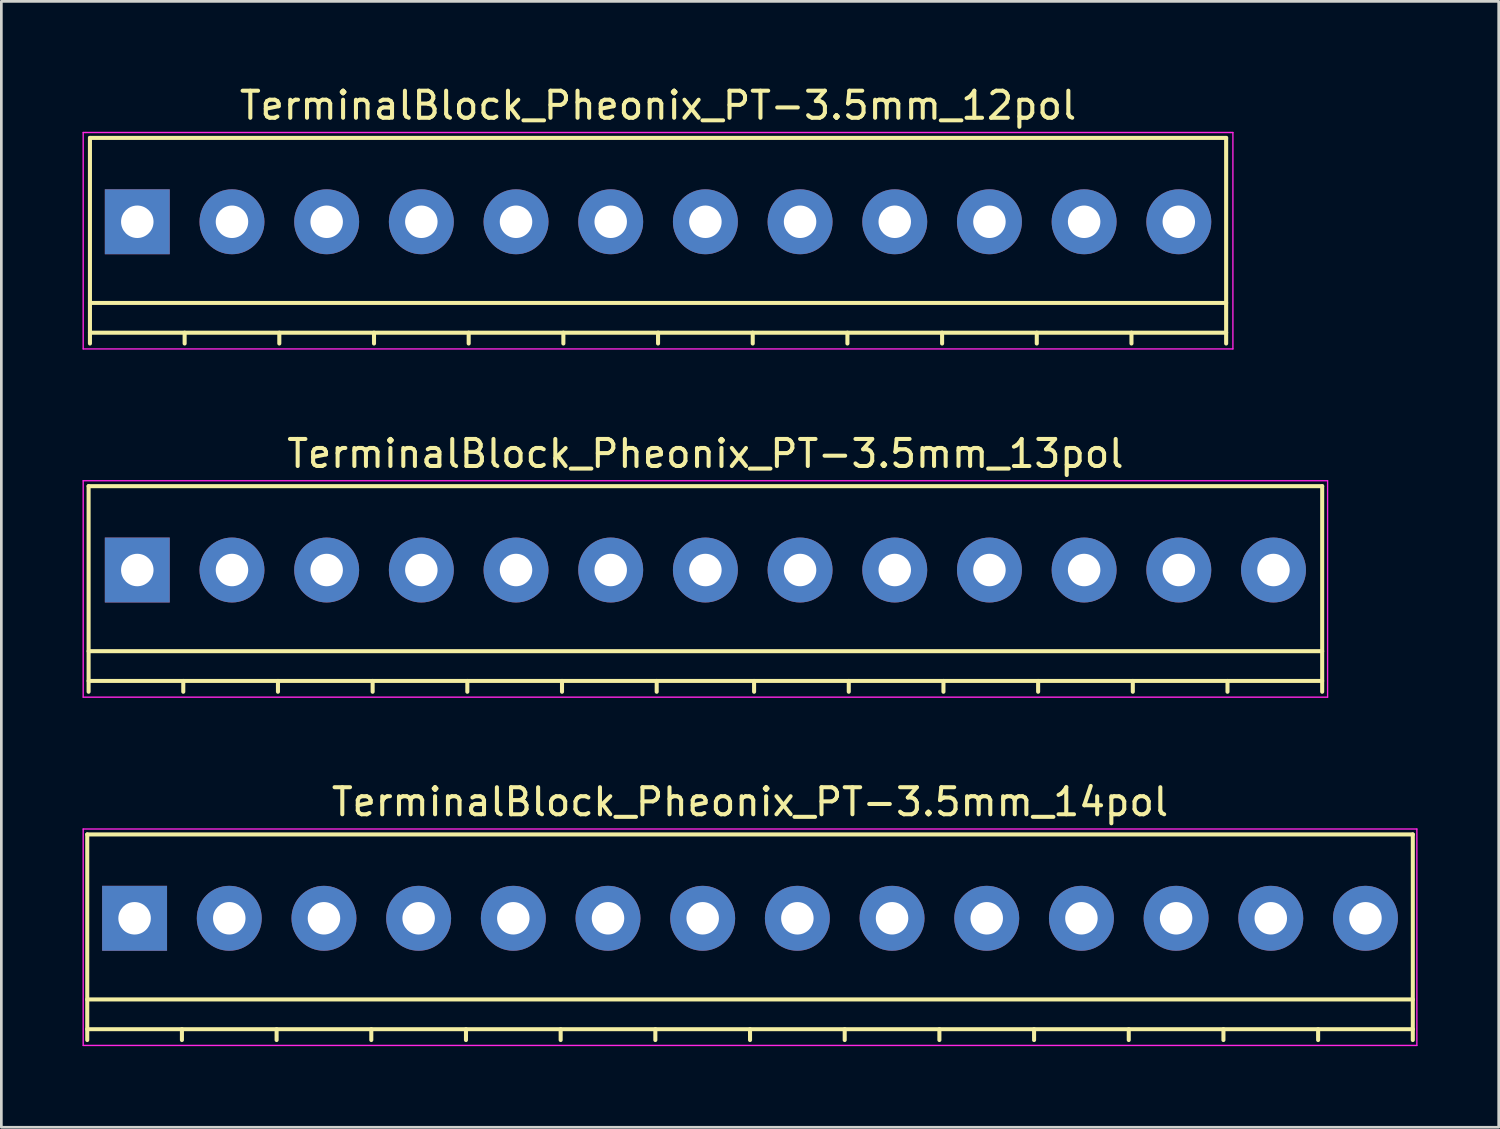
<source format=kicad_pcb>
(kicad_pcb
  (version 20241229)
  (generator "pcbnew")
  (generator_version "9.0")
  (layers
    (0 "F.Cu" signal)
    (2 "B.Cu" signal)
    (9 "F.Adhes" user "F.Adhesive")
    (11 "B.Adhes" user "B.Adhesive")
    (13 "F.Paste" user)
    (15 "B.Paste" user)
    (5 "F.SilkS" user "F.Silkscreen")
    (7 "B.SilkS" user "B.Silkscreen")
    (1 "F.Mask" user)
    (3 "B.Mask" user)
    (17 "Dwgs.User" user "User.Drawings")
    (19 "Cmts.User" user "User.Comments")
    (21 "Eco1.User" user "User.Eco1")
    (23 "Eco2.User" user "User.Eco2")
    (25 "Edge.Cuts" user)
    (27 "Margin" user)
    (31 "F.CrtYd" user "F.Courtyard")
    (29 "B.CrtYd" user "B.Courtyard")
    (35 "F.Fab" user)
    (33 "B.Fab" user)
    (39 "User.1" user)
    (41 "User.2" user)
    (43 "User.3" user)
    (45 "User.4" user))
  (footprint "TerminalBlock_Pheonix_PT-3.5mm_12pol"
    (layer "F.Cu")
    (at 2.025 5.148)
    (property "Reference" "TerminalBlock_Pheonix_PT-3.5mm_12pol" (at 19.25 -4.3 0) (layer "F.SilkS") (effects (font (size 1 1) (thickness 0.15))))
    (attr through_hole)
    (fp_line (start -1.75 -3.1) (end -1.75 4.5) (stroke (width 0.15) (type solid)) (layer "F.SilkS"))
    (fp_line (start -1.75 3) (end 40.25 3) (stroke (width 0.15) (type solid)) (layer "F.SilkS"))
    (fp_line (start -1.75 4.1) (end 40.25 4.1) (stroke (width 0.15) (type solid)) (layer "F.SilkS"))
    (fp_line (start 1.75 4.1) (end 1.75 4.5) (stroke (width 0.15) (type solid)) (layer "F.SilkS"))
    (fp_line (start 5.25 4.1) (end 5.25 4.5) (stroke (width 0.15) (type solid)) (layer "F.SilkS"))
    (fp_line (start 8.75 4.1) (end 8.75 4.5) (stroke (width 0.15) (type solid)) (layer "F.SilkS"))
    (fp_line (start 12.25 4.1) (end 12.25 4.5) (stroke (width 0.15) (type solid)) (layer "F.SilkS"))
    (fp_line (start 15.75 4.1) (end 15.75 4.5) (stroke (width 0.15) (type solid)) (layer "F.SilkS"))
    (fp_line (start 19.25 4.1) (end 19.25 4.5) (stroke (width 0.15) (type solid)) (layer "F.SilkS"))
    (fp_line (start 22.75 4.1) (end 22.75 4.5) (stroke (width 0.15) (type solid)) (layer "F.SilkS"))
    (fp_line (start 26.25 4.1) (end 26.25 4.5) (stroke (width 0.15) (type solid)) (layer "F.SilkS"))
    (fp_line (start 29.75 4.1) (end 29.75 4.5) (stroke (width 0.15) (type solid)) (layer "F.SilkS"))
    (fp_line (start 33.25 4.1) (end 33.25 4.5) (stroke (width 0.15) (type solid)) (layer "F.SilkS"))
    (fp_line (start 36.75 4.1) (end 36.75 4.5) (stroke (width 0.15) (type solid)) (layer "F.SilkS"))
    (fp_line (start 40.25 -3.1) (end -1.75 -3.1) (stroke (width 0.15) (type solid)) (layer "F.SilkS"))
    (fp_line (start 40.25 4.5) (end 40.25 -3.1) (stroke (width 0.15) (type solid)) (layer "F.SilkS"))
    (fp_line (start -2 -3.3) (end -1.9 -3.3) (stroke (width 0.05) (type solid)) (layer "F.CrtYd"))
    (fp_line (start -2 4.7) (end -2 -3.3) (stroke (width 0.05) (type solid)) (layer "F.CrtYd"))
    (fp_line (start -1.9 -3.3) (end 40.4 -3.3) (stroke (width 0.05) (type solid)) (layer "F.CrtYd"))
    (fp_line (start 40.4 -3.3) (end 40.5 -3.3) (stroke (width 0.05) (type solid)) (layer "F.CrtYd"))
    (fp_line (start 40.5 -3.3) (end 40.5 4.7) (stroke (width 0.05) (type solid)) (layer "F.CrtYd"))
    (fp_line (start 40.5 4.7) (end -2 4.7) (stroke (width 0.05) (type solid)) (layer "F.CrtYd"))
    (pad "1" thru_hole rect (at 0 0 180) (size 2.4 2.4) (drill 1.2) (layers "*.Cu" "*.Mask"))
    (pad "2" thru_hole circle (at 3.5 0 180) (size 2.4 2.4) (drill 1.2) (layers "*.Cu" "*.Mask"))
    (pad "3" thru_hole circle (at 7 0 180) (size 2.4 2.4) (drill 1.2) (layers "*.Cu" "*.Mask"))
    (pad "4" thru_hole circle (at 10.5 0 180) (size 2.4 2.4) (drill 1.2) (layers "*.Cu" "*.Mask"))
    (pad "5" thru_hole circle (at 14 0 180) (size 2.4 2.4) (drill 1.2) (layers "*.Cu" "*.Mask"))
    (pad "6" thru_hole circle (at 17.5 0 180) (size 2.4 2.4) (drill 1.2) (layers "*.Cu" "*.Mask"))
    (pad "7" thru_hole circle (at 21 0 180) (size 2.4 2.4) (drill 1.2) (layers "*.Cu" "*.Mask"))
    (pad "8" thru_hole circle (at 24.5 0 180) (size 2.4 2.4) (drill 1.2) (layers "*.Cu" "*.Mask"))
    (pad "9" thru_hole circle (at 28 0 180) (size 2.4 2.4) (drill 1.2) (layers "*.Cu" "*.Mask"))
    (pad "10" thru_hole circle (at 31.5 0 180) (size 2.4 2.4) (drill 1.2) (layers "*.Cu" "*.Mask"))
    (pad "11" thru_hole circle (at 35 0 180) (size 2.4 2.4) (drill 1.2) (layers "*.Cu" "*.Mask"))
    (pad "12" thru_hole circle (at 38.5 0 180) (size 2.4 2.4) (drill 1.2) (layers "*.Cu" "*.Mask")))
  (footprint "TerminalBlock_Pheonix_PT-3.5mm_14pol"
    (layer "F.Cu")
    (at 1.925 30.895)
    (property "Reference" "TerminalBlock_Pheonix_PT-3.5mm_14pol" (at 22.75 -4.3 0) (layer "F.SilkS") (effects (font (size 1 1) (thickness 0.15))))
    (attr through_hole)
    (fp_line (start -1.75 -3.1) (end -1.75 4.5) (stroke (width 0.15) (type solid)) (layer "F.SilkS"))
    (fp_line (start -1.75 3) (end 47.25 3) (stroke (width 0.15) (type solid)) (layer "F.SilkS"))
    (fp_line (start -1.75 4.1) (end 47.25 4.1) (stroke (width 0.15) (type solid)) (layer "F.SilkS"))
    (fp_line (start 1.75 4.1) (end 1.75 4.5) (stroke (width 0.15) (type solid)) (layer "F.SilkS"))
    (fp_line (start 5.25 4.1) (end 5.25 4.5) (stroke (width 0.15) (type solid)) (layer "F.SilkS"))
    (fp_line (start 8.75 4.1) (end 8.75 4.5) (stroke (width 0.15) (type solid)) (layer "F.SilkS"))
    (fp_line (start 12.25 4.1) (end 12.25 4.5) (stroke (width 0.15) (type solid)) (layer "F.SilkS"))
    (fp_line (start 15.75 4.1) (end 15.75 4.5) (stroke (width 0.15) (type solid)) (layer "F.SilkS"))
    (fp_line (start 19.25 4.1) (end 19.25 4.5) (stroke (width 0.15) (type solid)) (layer "F.SilkS"))
    (fp_line (start 22.75 4.1) (end 22.75 4.5) (stroke (width 0.15) (type solid)) (layer "F.SilkS"))
    (fp_line (start 26.25 4.1) (end 26.25 4.5) (stroke (width 0.15) (type solid)) (layer "F.SilkS"))
    (fp_line (start 29.75 4.1) (end 29.75 4.5) (stroke (width 0.15) (type solid)) (layer "F.SilkS"))
    (fp_line (start 33.25 4.1) (end 33.25 4.5) (stroke (width 0.15) (type solid)) (layer "F.SilkS"))
    (fp_line (start 36.75 4.1) (end 36.75 4.5) (stroke (width 0.15) (type solid)) (layer "F.SilkS"))
    (fp_line (start 40.25 4.1) (end 40.25 4.5) (stroke (width 0.15) (type solid)) (layer "F.SilkS"))
    (fp_line (start 43.75 4.1) (end 43.75 4.5) (stroke (width 0.15) (type solid)) (layer "F.SilkS"))
    (fp_line (start 47.25 -3.1) (end -1.75 -3.1) (stroke (width 0.15) (type solid)) (layer "F.SilkS"))
    (fp_line (start 47.25 4.5) (end 47.25 -3.1) (stroke (width 0.15) (type solid)) (layer "F.SilkS"))
    (fp_line (start -1.9 -3.3) (end 47.4 -3.3) (stroke (width 0.05) (type solid)) (layer "F.CrtYd"))
    (fp_line (start -1.9 4.7) (end -1.9 -3.3) (stroke (width 0.05) (type solid)) (layer "F.CrtYd"))
    (fp_line (start 47.4 -3.3) (end 47.4 4.7) (stroke (width 0.05) (type solid)) (layer "F.CrtYd"))
    (fp_line (start 47.4 4.7) (end -1.9 4.7) (stroke (width 0.05) (type solid)) (layer "F.CrtYd"))
    (pad "1" thru_hole rect (at 0 0 180) (size 2.4 2.4) (drill 1.2) (layers "*.Cu" "*.Mask"))
    (pad "2" thru_hole circle (at 3.5 0 180) (size 2.4 2.4) (drill 1.2) (layers "*.Cu" "*.Mask"))
    (pad "3" thru_hole circle (at 7 0 180) (size 2.4 2.4) (drill 1.2) (layers "*.Cu" "*.Mask"))
    (pad "4" thru_hole circle (at 10.5 0 180) (size 2.4 2.4) (drill 1.2) (layers "*.Cu" "*.Mask"))
    (pad "5" thru_hole circle (at 14 0 180) (size 2.4 2.4) (drill 1.2) (layers "*.Cu" "*.Mask"))
    (pad "6" thru_hole circle (at 17.5 0 180) (size 2.4 2.4) (drill 1.2) (layers "*.Cu" "*.Mask"))
    (pad "7" thru_hole circle (at 21 0 180) (size 2.4 2.4) (drill 1.2) (layers "*.Cu" "*.Mask"))
    (pad "8" thru_hole circle (at 24.5 0 180) (size 2.4 2.4) (drill 1.2) (layers "*.Cu" "*.Mask"))
    (pad "9" thru_hole circle (at 28 0 180) (size 2.4 2.4) (drill 1.2) (layers "*.Cu" "*.Mask"))
    (pad "10" thru_hole circle (at 31.5 0 180) (size 2.4 2.4) (drill 1.2) (layers "*.Cu" "*.Mask"))
    (pad "11" thru_hole circle (at 35 0 180) (size 2.4 2.4) (drill 1.2) (layers "*.Cu" "*.Mask"))
    (pad "12" thru_hole circle (at 38.5 0 180) (size 2.4 2.4) (drill 1.2) (layers "*.Cu" "*.Mask"))
    (pad "13" thru_hole circle (at 42 0 180) (size 2.4 2.4) (drill 1.2) (layers "*.Cu" "*.Mask"))
    (pad "14" thru_hole circle (at 45.5 0 180) (size 2.4 2.4) (drill 1.2) (layers "*.Cu" "*.Mask")))
  (footprint "TerminalBlock_Pheonix_PT-3.5mm_13pol"
    (layer "F.Cu")
    (at 2.025 18.021)
    (property "Reference" "TerminalBlock_Pheonix_PT-3.5mm_13pol" (at 21 -4.3 0) (layer "F.SilkS") (effects (font (size 1 1) (thickness 0.15))))
    (attr through_hole)
    (fp_line (start -1.8 -3.1) (end -1.8 4.5) (stroke (width 0.15) (type solid)) (layer "F.SilkS"))
    (fp_line (start -1.8 3) (end 43.8 3) (stroke (width 0.15) (type solid)) (layer "F.SilkS"))
    (fp_line (start -1.8 4.1) (end 43.8 4.1) (stroke (width 0.15) (type solid)) (layer "F.SilkS"))
    (fp_line (start 1.7 4.1) (end 1.7 4.5) (stroke (width 0.15) (type solid)) (layer "F.SilkS"))
    (fp_line (start 5.2 4.1) (end 5.2 4.5) (stroke (width 0.15) (type solid)) (layer "F.SilkS"))
    (fp_line (start 8.7 4.1) (end 8.7 4.5) (stroke (width 0.15) (type solid)) (layer "F.SilkS"))
    (fp_line (start 12.2 4.1) (end 12.2 4.5) (stroke (width 0.15) (type solid)) (layer "F.SilkS"))
    (fp_line (start 15.7 4.1) (end 15.7 4.5) (stroke (width 0.15) (type solid)) (layer "F.SilkS"))
    (fp_line (start 19.2 4.1) (end 19.2 4.5) (stroke (width 0.15) (type solid)) (layer "F.SilkS"))
    (fp_line (start 22.8 4.1) (end 22.8 4.5) (stroke (width 0.15) (type solid)) (layer "F.SilkS"))
    (fp_line (start 26.3 4.1) (end 26.3 4.5) (stroke (width 0.15) (type solid)) (layer "F.SilkS"))
    (fp_line (start 29.8 4.1) (end 29.8 4.5) (stroke (width 0.15) (type solid)) (layer "F.SilkS"))
    (fp_line (start 33.3 4.1) (end 33.3 4.5) (stroke (width 0.15) (type solid)) (layer "F.SilkS"))
    (fp_line (start 36.8 4.1) (end 36.8 4.5) (stroke (width 0.15) (type solid)) (layer "F.SilkS"))
    (fp_line (start 40.3 4.1) (end 40.3 4.5) (stroke (width 0.15) (type solid)) (layer "F.SilkS"))
    (fp_line (start 43.8 -3.1) (end -1.8 -3.1) (stroke (width 0.15) (type solid)) (layer "F.SilkS"))
    (fp_line (start 43.8 4.5) (end 43.8 -3.1) (stroke (width 0.15) (type solid)) (layer "F.SilkS"))
    (fp_line (start -2 -3.3) (end 44 -3.3) (stroke (width 0.05) (type solid)) (layer "F.CrtYd"))
    (fp_line (start -2 4.7) (end -2 -3.3) (stroke (width 0.05) (type solid)) (layer "F.CrtYd"))
    (fp_line (start 44 -3.3) (end 44 4.7) (stroke (width 0.05) (type solid)) (layer "F.CrtYd"))
    (fp_line (start 44 4.7) (end -2 4.7) (stroke (width 0.05) (type solid)) (layer "F.CrtYd"))
    (pad "1" thru_hole rect (at 0 0 180) (size 2.4 2.4) (drill 1.2) (layers "*.Cu" "*.Mask"))
    (pad "2" thru_hole circle (at 3.5 0 180) (size 2.4 2.4) (drill 1.2) (layers "*.Cu" "*.Mask"))
    (pad "3" thru_hole circle (at 7 0 180) (size 2.4 2.4) (drill 1.2) (layers "*.Cu" "*.Mask"))
    (pad "4" thru_hole circle (at 10.5 0 180) (size 2.4 2.4) (drill 1.2) (layers "*.Cu" "*.Mask"))
    (pad "5" thru_hole circle (at 14 0 180) (size 2.4 2.4) (drill 1.2) (layers "*.Cu" "*.Mask"))
    (pad "6" thru_hole circle (at 17.5 0 180) (size 2.4 2.4) (drill 1.2) (layers "*.Cu" "*.Mask"))
    (pad "7" thru_hole circle (at 21 0 180) (size 2.4 2.4) (drill 1.2) (layers "*.Cu" "*.Mask"))
    (pad "8" thru_hole circle (at 24.5 0 180) (size 2.4 2.4) (drill 1.2) (layers "*.Cu" "*.Mask"))
    (pad "9" thru_hole circle (at 28 0 180) (size 2.4 2.4) (drill 1.2) (layers "*.Cu" "*.Mask"))
    (pad "10" thru_hole circle (at 31.5 0 180) (size 2.4 2.4) (drill 1.2) (layers "*.Cu" "*.Mask"))
    (pad "11" thru_hole circle (at 35 0 180) (size 2.4 2.4) (drill 1.2) (layers "*.Cu" "*.Mask"))
    (pad "12" thru_hole circle (at 38.5 0 180) (size 2.4 2.4) (drill 1.2) (layers "*.Cu" "*.Mask"))
    (pad "13" thru_hole circle (at 42 0 180) (size 2.4 2.4) (drill 1.2) (layers "*.Cu" "*.Mask")))
  (gr_rect
    (start -3 -3)
    (end 52.35 38.62)
    (stroke (width 0.1) (type default))
    (fill no)
    (layer "Edge.Cuts")))
</source>
